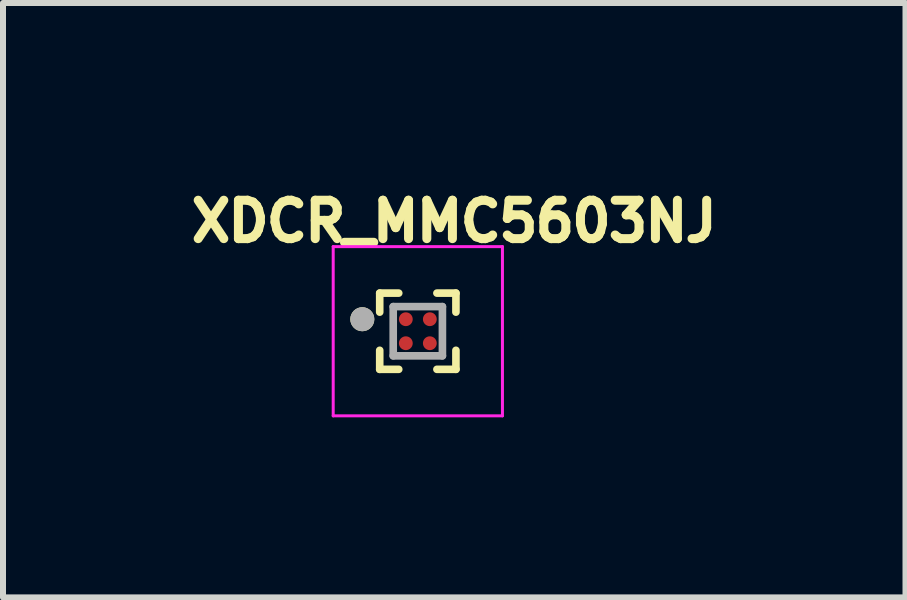
<source format=kicad_pcb>
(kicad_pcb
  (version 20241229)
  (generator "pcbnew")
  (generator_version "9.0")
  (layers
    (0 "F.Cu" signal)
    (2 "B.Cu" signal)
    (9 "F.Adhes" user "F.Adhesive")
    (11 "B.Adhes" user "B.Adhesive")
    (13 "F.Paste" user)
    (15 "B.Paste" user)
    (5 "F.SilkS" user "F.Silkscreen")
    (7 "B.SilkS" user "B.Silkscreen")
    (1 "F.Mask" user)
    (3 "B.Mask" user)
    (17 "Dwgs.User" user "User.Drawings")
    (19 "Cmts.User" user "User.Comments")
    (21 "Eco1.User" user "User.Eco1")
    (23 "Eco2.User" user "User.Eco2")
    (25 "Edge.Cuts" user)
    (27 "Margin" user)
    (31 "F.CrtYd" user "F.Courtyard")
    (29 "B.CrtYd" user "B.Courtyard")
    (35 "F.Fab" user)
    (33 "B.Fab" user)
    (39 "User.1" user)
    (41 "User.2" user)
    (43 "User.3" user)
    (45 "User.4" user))
  (footprint "XDCR_MMC5603NJ"
    (layer "F.Cu")
    (at 3.912 2.469)
    (property "Reference" "XDCR_MMC5603NJ" (at 0.607 -1.831 0) (layer "F.SilkS") (effects (font (size 0.64 0.64) (thickness 0.15))))
    (attr smd)
    (fp_circle (center -0.2 -0.2) (end -0.117 -0.2) (stroke (width 0.165) (type solid)) (fill no) (layer "F.Mask"))
    (fp_circle (center -0.2 0.2) (end -0.117 0.2) (stroke (width 0.165) (type solid)) (fill no) (layer "F.Mask"))
    (fp_circle (center 0.2 -0.2) (end 0.282 -0.2) (stroke (width 0.165) (type solid)) (fill no) (layer "F.Mask"))
    (fp_circle (center 0.2 0.2) (end 0.282 0.2) (stroke (width 0.165) (type solid)) (fill no) (layer "F.Mask"))
    (fp_line (start -0.635 -0.635) (end -0.635 -0.318) (stroke (width 0.127) (type solid)) (layer "F.SilkS"))
    (fp_line (start -0.635 -0.635) (end -0.318 -0.635) (stroke (width 0.127) (type solid)) (layer "F.SilkS"))
    (fp_line (start -0.635 0.635) (end -0.635 0.318) (stroke (width 0.127) (type solid)) (layer "F.SilkS"))
    (fp_line (start -0.635 0.635) (end -0.318 0.635) (stroke (width 0.127) (type solid)) (layer "F.SilkS"))
    (fp_line (start 0.635 -0.635) (end 0.318 -0.635) (stroke (width 0.127) (type solid)) (layer "F.SilkS"))
    (fp_line (start 0.635 -0.635) (end 0.635 -0.318) (stroke (width 0.127) (type solid)) (layer "F.SilkS"))
    (fp_line (start 0.635 0.635) (end 0.318 0.635) (stroke (width 0.127) (type solid)) (layer "F.SilkS"))
    (fp_line (start 0.635 0.635) (end 0.635 0.318) (stroke (width 0.127) (type solid)) (layer "F.SilkS"))
    (fp_circle (center -0.925 -0.2) (end -0.825 -0.2) (stroke (width 0.2) (type solid)) (fill no) (layer "F.SilkS"))
    (fp_line (start -1.41 -1.41) (end 1.41 -1.41) (stroke (width 0.05) (type solid)) (layer "F.CrtYd"))
    (fp_line (start -1.41 1.41) (end -1.41 -1.41) (stroke (width 0.05) (type solid)) (layer "F.CrtYd"))
    (fp_line (start -1.41 1.41) (end 1.41 1.41) (stroke (width 0.05) (type solid)) (layer "F.CrtYd"))
    (fp_line (start 1.41 1.41) (end 1.41 -1.41) (stroke (width 0.05) (type solid)) (layer "F.CrtYd"))
    (fp_line (start -0.41 0.41) (end -0.41 -0.41) (stroke (width 0.127) (type solid)) (layer "F.Fab"))
    (fp_line (start 0.41 -0.41) (end -0.41 -0.41) (stroke (width 0.127) (type solid)) (layer "F.Fab"))
    (fp_line (start 0.41 0.41) (end -0.41 0.41) (stroke (width 0.127) (type solid)) (layer "F.Fab"))
    (fp_line (start 0.41 0.41) (end 0.41 -0.41) (stroke (width 0.127) (type solid)) (layer "F.Fab"))
    (fp_circle (center -0.925 -0.2) (end -0.825 -0.2) (stroke (width 0.2) (type solid)) (fill no) (layer "F.Fab"))
    (pad "A1" smd circle (at -0.2 -0.2) (size 0.23 0.23) (layers "F.Cu" "F.Paste"))
    (pad "A2" smd circle (at 0.2 -0.2) (size 0.23 0.23) (layers "F.Cu" "F.Paste"))
    (pad "B1" smd circle (at -0.2 0.2) (size 0.23 0.23) (layers "F.Cu" "F.Paste"))
    (pad "B2" smd circle (at 0.2 0.2) (size 0.23 0.23) (layers "F.Cu" "F.Paste")))
  (gr_rect
    (start -3 -3)
    (end 12.038 6.904)
    (stroke (width 0.1) (type default))
    (fill no)
    (layer "Edge.Cuts")))
</source>
